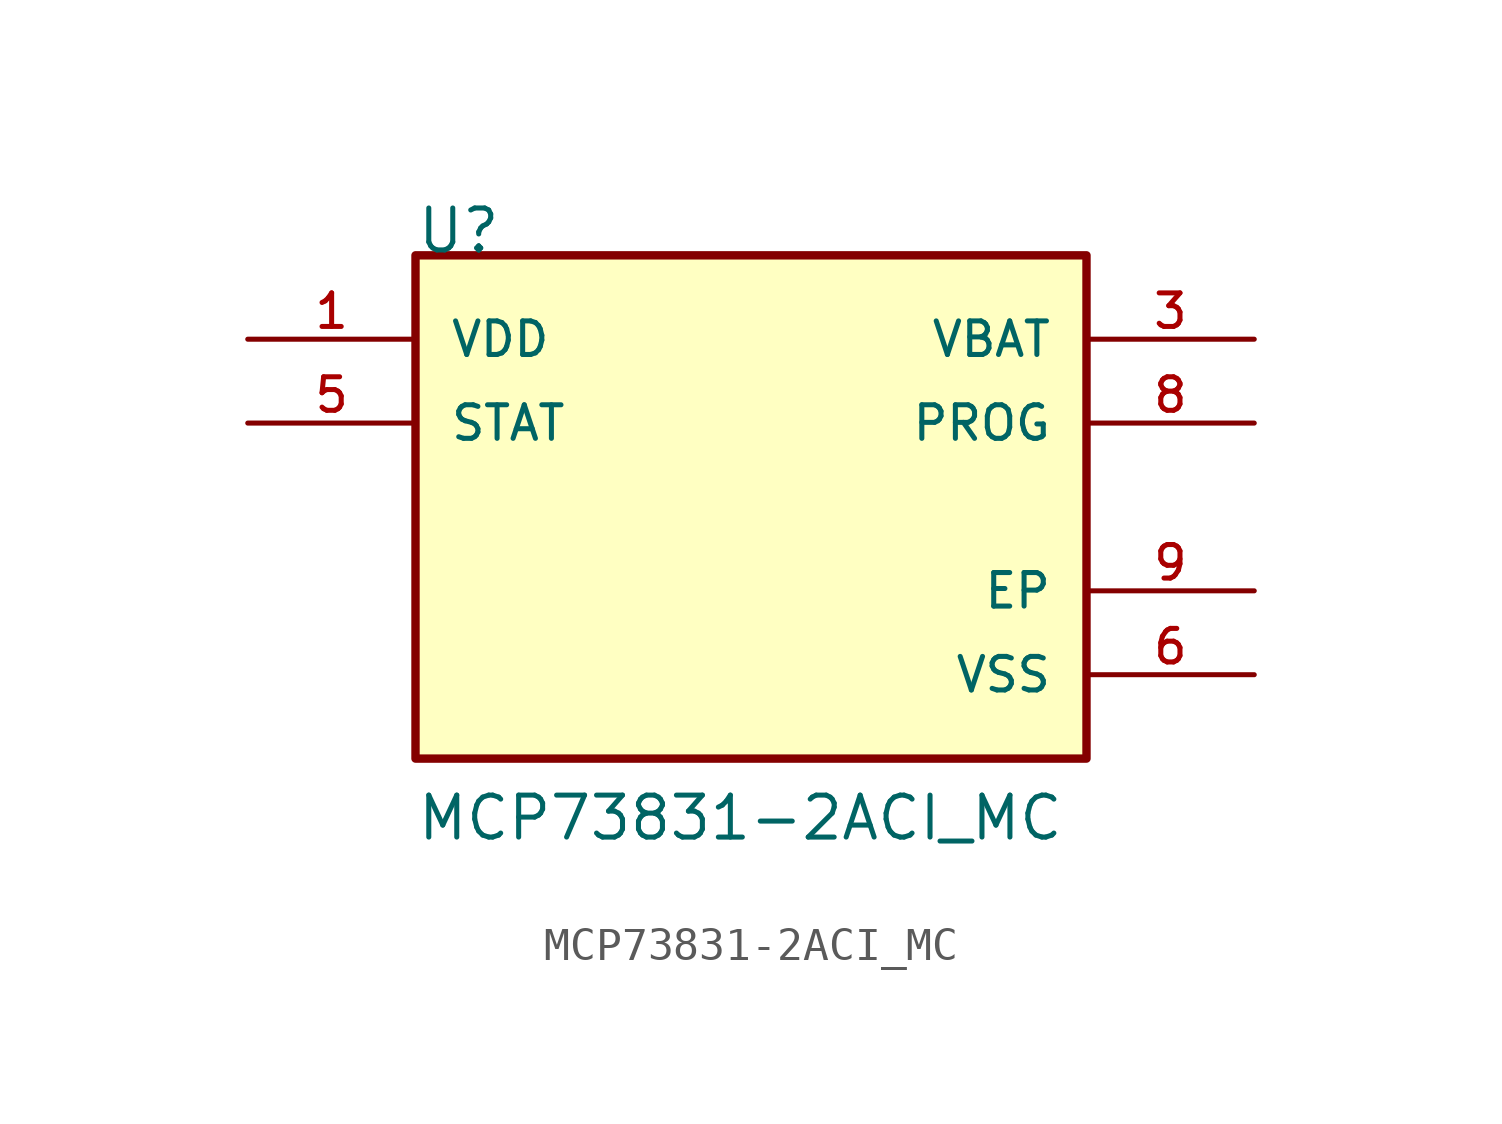
<source format=kicad_sym>
(kicad_symbol_lib
  (version 20211014)
  (generator kicad_symbol_editor)
  (symbol "MCP73831-2ACI_MC"
    (pin_names
      (offset 1.016))
    (property "Reference" "U"
      (at -10.16 7.62 0)
      (effects (font (size 1.27 1.27)) (justify bottom left)))
    (property "Value" "MCP73831-2ACI_MC"
      (at -10.16 -10.16 0)
      (effects (font (size 1.27 1.27)) (justify bottom left)))
    (symbol "MCP73831-2ACI_MC_0_0"
      (rectangle (start -10.16 -7.62) (end 10.16 7.62) (stroke (width 0.254)) (fill (type background)))
      (pin power_in line (at -15.24 5.08 0) (length 5.08) (name "VDD" (effects (font (size 1.016 1.016)))) (number "1" (effects (font (size 1.016 1.016)))))
      (pin power_in line (at -15.24 5.08 0) (length 5.08) hide (name "VDD" (effects (font (size 1.016 1.016)))) (number "2" (effects (font (size 1.016 1.016)))))
      (pin power_in line (at 15.24 -5.08 180.0) (length 5.08) (name "VSS" (effects (font (size 1.016 1.016)))) (number "6" (effects (font (size 1.016 1.016)))))
      (pin output line (at 15.24 5.08 180.0) (length 5.08) (name "VBAT" (effects (font (size 1.016 1.016)))) (number "3" (effects (font (size 1.016 1.016)))))
      (pin output line (at 15.24 5.08 180.0) (length 5.08) hide (name "VBAT" (effects (font (size 1.016 1.016)))) (number "4" (effects (font (size 1.016 1.016)))))
      (pin output line (at -15.24 2.54 0) (length 5.08) (name "STAT" (effects (font (size 1.016 1.016)))) (number "5" (effects (font (size 1.016 1.016)))))
      (pin input line (at 15.24 2.54 180.0) (length 5.08) (name "PROG" (effects (font (size 1.016 1.016)))) (number "8" (effects (font (size 1.016 1.016)))))
      (pin power_in line (at 15.24 -2.54 180.0) (length 5.08) (name "EP" (effects (font (size 1.016 1.016)))) (number "9" (effects (font (size 1.016 1.016))))))))
</source>
